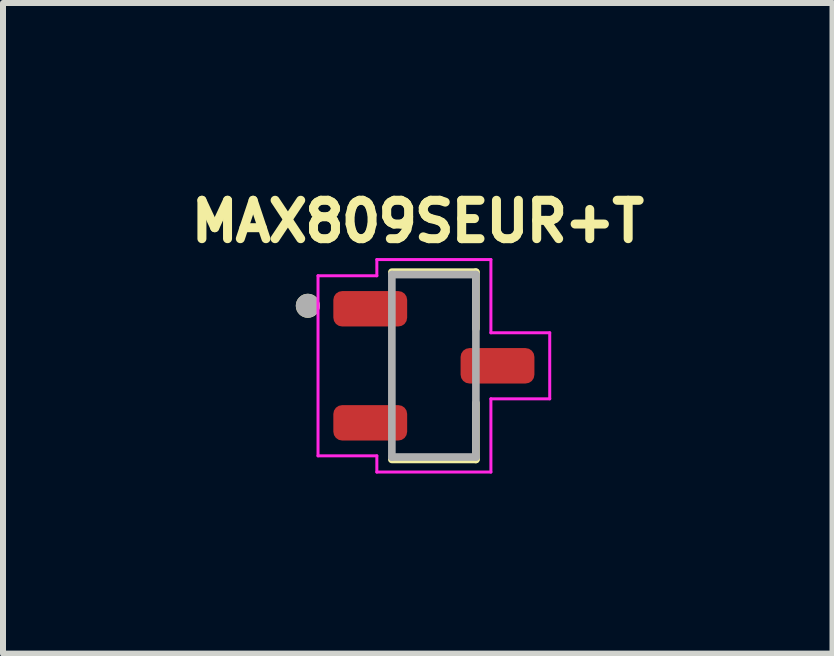
<source format=kicad_pcb>
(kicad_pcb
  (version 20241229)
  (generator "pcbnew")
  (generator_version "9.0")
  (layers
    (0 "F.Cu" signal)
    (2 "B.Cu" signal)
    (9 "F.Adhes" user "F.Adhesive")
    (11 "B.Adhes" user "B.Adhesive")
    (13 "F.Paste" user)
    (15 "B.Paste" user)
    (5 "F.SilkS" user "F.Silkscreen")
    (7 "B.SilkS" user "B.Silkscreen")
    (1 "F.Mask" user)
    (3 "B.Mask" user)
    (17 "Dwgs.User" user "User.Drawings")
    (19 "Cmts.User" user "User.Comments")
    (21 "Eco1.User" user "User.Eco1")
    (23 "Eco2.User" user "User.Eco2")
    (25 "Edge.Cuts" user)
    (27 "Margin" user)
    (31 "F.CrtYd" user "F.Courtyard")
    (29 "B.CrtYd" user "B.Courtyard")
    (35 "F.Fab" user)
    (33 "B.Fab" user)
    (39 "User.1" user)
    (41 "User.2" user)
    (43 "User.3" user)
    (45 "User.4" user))
  (footprint "MAX809SEUR+T"
    (layer "F.Cu")
    (at 4.178 3.044)
    (property "Reference" "MAX809SEUR+T" (at -0.268 -2.406 0) (layer "F.SilkS") (effects (font (size 0.64 0.64) (thickness 0.15))))
    (attr smd)
    (fp_line (start -0.7 -1.56) (end 0.7 -1.56) (stroke (width 0.127) (type solid)) (layer "F.SilkS"))
    (fp_line (start -0.7 1.56) (end 0.7 1.56) (stroke (width 0.127) (type solid)) (layer "F.SilkS"))
    (fp_line (start 0.7 -1.56) (end 0.7 -0.62) (stroke (width 0.127) (type solid)) (layer "F.SilkS"))
    (fp_line (start 0.7 0.62) (end 0.7 1.56) (stroke (width 0.127) (type solid)) (layer "F.SilkS"))
    (fp_circle (center -2.1 -1) (end -2 -1) (stroke (width 0.2) (type solid)) (fill no) (layer "F.SilkS"))
    (fp_line (start -1.93 -1.5) (end -1.93 1.5) (stroke (width 0.05) (type solid)) (layer "F.CrtYd"))
    (fp_line (start -1.93 1.5) (end -0.95 1.5) (stroke (width 0.05) (type solid)) (layer "F.CrtYd"))
    (fp_line (start -0.95 -1.77) (end -0.95 -1.5) (stroke (width 0.05) (type solid)) (layer "F.CrtYd"))
    (fp_line (start -0.95 -1.77) (end 0.95 -1.77) (stroke (width 0.05) (type solid)) (layer "F.CrtYd"))
    (fp_line (start -0.95 -1.5) (end -1.93 -1.5) (stroke (width 0.05) (type solid)) (layer "F.CrtYd"))
    (fp_line (start -0.95 1.5) (end -0.95 1.77) (stroke (width 0.05) (type solid)) (layer "F.CrtYd"))
    (fp_line (start -0.95 1.77) (end 0.95 1.77) (stroke (width 0.05) (type solid)) (layer "F.CrtYd"))
    (fp_line (start 0.95 -1.77) (end 0.95 -0.55) (stroke (width 0.05) (type solid)) (layer "F.CrtYd"))
    (fp_line (start 0.95 -0.55) (end 1.93 -0.55) (stroke (width 0.05) (type solid)) (layer "F.CrtYd"))
    (fp_line (start 0.95 0.55) (end 0.95 1.77) (stroke (width 0.05) (type solid)) (layer "F.CrtYd"))
    (fp_line (start 1.93 -0.55) (end 1.93 0.55) (stroke (width 0.05) (type solid)) (layer "F.CrtYd"))
    (fp_line (start 1.93 0.55) (end 0.95 0.55) (stroke (width 0.05) (type solid)) (layer "F.CrtYd"))
    (fp_line (start -0.7 -1.52) (end 0.7 -1.52) (stroke (width 0.127) (type solid)) (layer "F.Fab"))
    (fp_line (start -0.7 1.52) (end -0.7 -1.52) (stroke (width 0.127) (type solid)) (layer "F.Fab"))
    (fp_line (start 0.7 -1.52) (end 0.7 1.52) (stroke (width 0.127) (type solid)) (layer "F.Fab"))
    (fp_line (start 0.7 1.52) (end -0.7 1.52) (stroke (width 0.127) (type solid)) (layer "F.Fab"))
    (fp_circle (center -2.1 -1) (end -2 -1) (stroke (width 0.2) (type solid)) (fill no) (layer "F.Fab"))
    (pad "1" smd roundrect (at -1.06 -0.95) (size 1.23 0.59) (layers "F.Cu" "F.Mask" "F.Paste") (roundrect_rratio 0.25))
    (pad "2" smd roundrect (at -1.06 0.95) (size 1.23 0.59) (layers "F.Cu" "F.Mask" "F.Paste") (roundrect_rratio 0.25))
    (pad "3" smd roundrect (at 1.06 0) (size 1.23 0.59) (layers "F.Cu" "F.Mask" "F.Paste") (roundrect_rratio 0.25)))
  (gr_rect
    (start -3 -3)
    (end 10.819 7.839)
    (stroke (width 0.1) (type default))
    (fill no)
    (layer "Edge.Cuts")))
</source>
